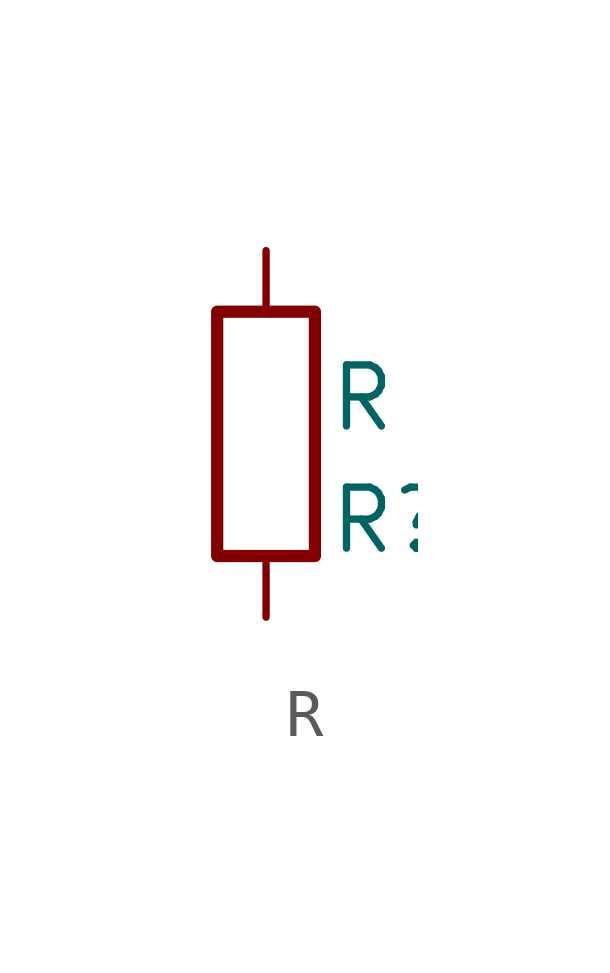
<source format=kicad_sym>
(kicad_symbol_lib
  (version 20220914)
  (generator kicad_symbol_editor)
  (symbol "R"
    (pin_numbers hide)
    (pin_names
      (offset 1.016))
    (property "Reference" "R"
      (at -1.27 -2.54 0)
      (effects (font (size 1.27 1.27)) (justify left bottom)))
    (property "Value" "R"
      (at -1.27 0 0)
      (effects (font (size 1.27 1.27)) (justify left bottom)))
    (symbol "R_0_1"
      (polyline (pts (xy -3.556 2.54) (xy -1.524 2.54) (xy -1.524 -2.54) (xy -3.556 -2.54) (xy -3.556 2.54)) (stroke (width 0.254) (type solid)) (fill (type none))))
    (symbol "R_1_1"
      (pin passive line (at -2.54 3.81 270) (length 1.27) (name "~" (effects (font (size 1.27 1.27)))) (number "1" (effects (font (size 1.27 1.27)))))
      (pin passive line (at -2.54 -3.81 90) (length 1.27) (name "~" (effects (font (size 1.27 1.27)))) (number "2" (effects (font (size 1.27 1.27))))))))
</source>
